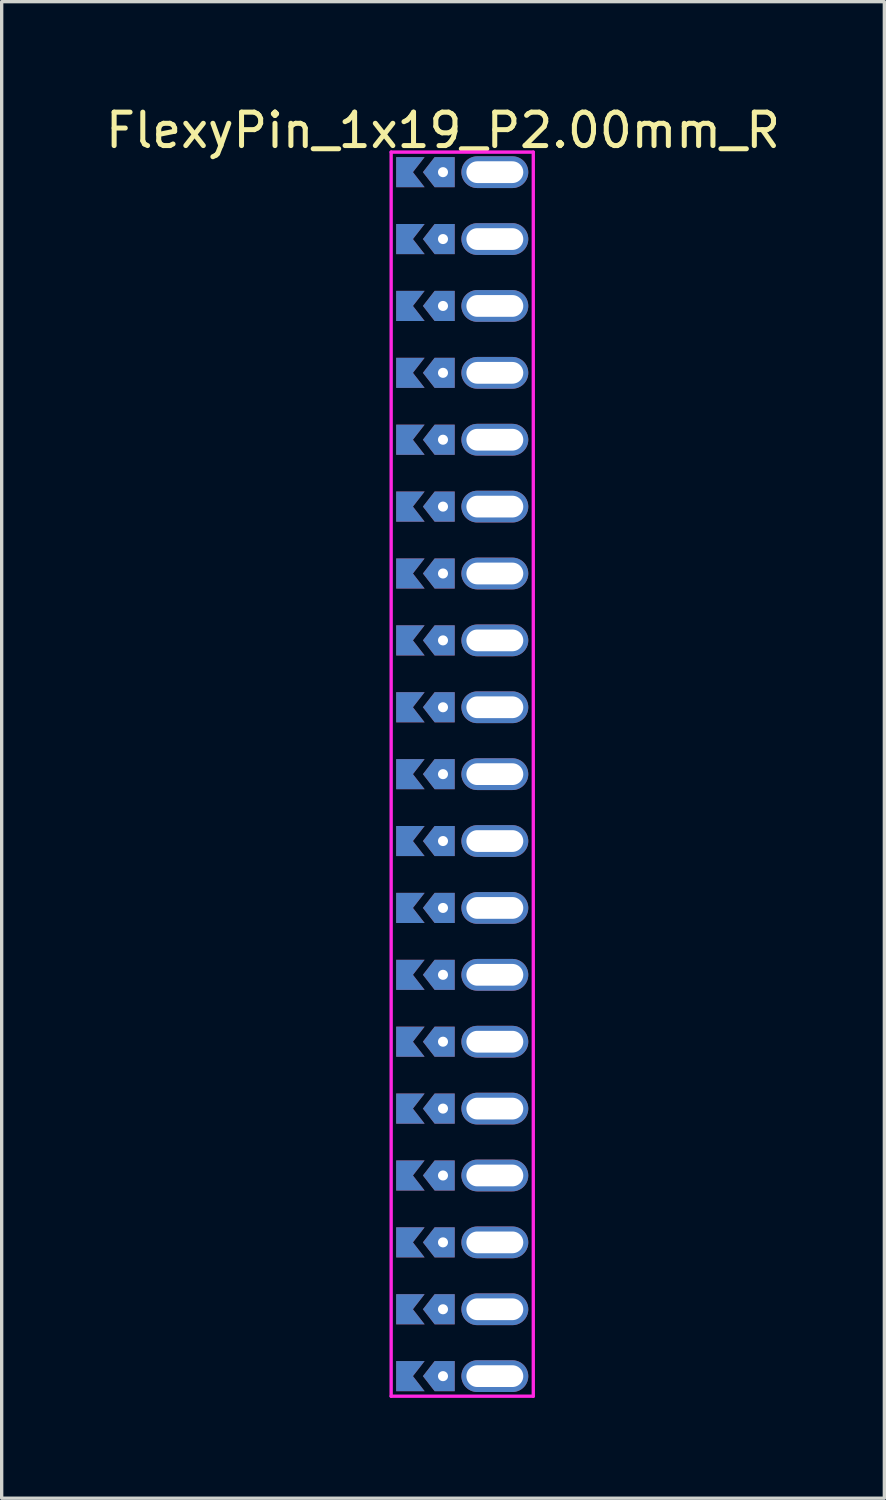
<source format=kicad_pcb>
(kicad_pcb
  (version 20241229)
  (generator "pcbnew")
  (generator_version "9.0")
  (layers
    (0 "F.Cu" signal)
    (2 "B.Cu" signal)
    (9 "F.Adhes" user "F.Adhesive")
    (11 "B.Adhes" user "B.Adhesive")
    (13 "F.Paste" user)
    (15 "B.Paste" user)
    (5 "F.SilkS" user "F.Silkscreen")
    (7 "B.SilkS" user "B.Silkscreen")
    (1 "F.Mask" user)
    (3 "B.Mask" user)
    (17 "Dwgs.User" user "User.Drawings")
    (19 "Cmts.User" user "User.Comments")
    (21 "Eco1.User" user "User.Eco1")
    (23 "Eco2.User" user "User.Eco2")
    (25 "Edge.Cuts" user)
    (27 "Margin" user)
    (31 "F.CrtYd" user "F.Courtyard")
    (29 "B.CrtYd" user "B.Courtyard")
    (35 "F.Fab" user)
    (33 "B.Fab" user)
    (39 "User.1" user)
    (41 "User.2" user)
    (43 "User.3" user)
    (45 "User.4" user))
  (footprint "FlexyPin_1x19_P2.00mm_R"
    (layer "F.Cu")
    (at 10.196 2.098)
    (property "Reference" "FlexyPin_1x19_P2.00mm_R" (at 0 -1.25 0) (layer "F.SilkS") (effects (font (size 1 1) (thickness 0.15))))
    (attr through_hole)
    (fp_line (start -1.55 -0.6) (end 2.7 -0.6) (stroke (width 0.1) (type solid)) (layer "F.CrtYd"))
    (fp_line (start -1.55 36.6) (end -1.55 -0.6) (stroke (width 0.1) (type solid)) (layer "F.CrtYd"))
    (fp_line (start 2.7 -0.6) (end 2.7 36.6) (stroke (width 0.1) (type solid)) (layer "F.CrtYd"))
    (fp_line (start 2.7 36.6) (end -1.55 36.6) (stroke (width 0.1) (type solid)) (layer "F.CrtYd"))
    (pad "" thru_hole custom (at 0 0) (size 0.3 0.3) (drill 0.6) (layers "*.Cu" "*.Mask") (options (anchor rect)) (primitives (gr_poly (pts (xy 0.35 0.45) (xy 0.35 -0.45) (xy -0.25 -0.45) (xy -0.6 0) (xy -0.25 0.45)) (width 0) (fill yes))))
    (pad "" thru_hole custom (at 0 2) (size 0.3 0.3) (drill 0.6) (layers "*.Cu" "*.Mask") (options (anchor rect)) (primitives (gr_poly (pts (xy 0.35 0.45) (xy 0.35 -0.45) (xy -0.25 -0.45) (xy -0.6 0) (xy -0.25 0.45)) (width 0) (fill yes))))
    (pad "" thru_hole custom (at 0 4) (size 0.3 0.3) (drill 0.6) (layers "*.Cu" "*.Mask") (options (anchor rect)) (primitives (gr_poly (pts (xy 0.35 0.45) (xy 0.35 -0.45) (xy -0.25 -0.45) (xy -0.6 0) (xy -0.25 0.45)) (width 0) (fill yes))))
    (pad "" thru_hole custom (at 0 6) (size 0.3 0.3) (drill 0.6) (layers "*.Cu" "*.Mask") (options (anchor rect)) (primitives (gr_poly (pts (xy 0.35 0.45) (xy 0.35 -0.45) (xy -0.25 -0.45) (xy -0.6 0) (xy -0.25 0.45)) (width 0) (fill yes))))
    (pad "" thru_hole custom (at 0 8) (size 0.3 0.3) (drill 0.6) (layers "*.Cu" "*.Mask") (options (anchor rect)) (primitives (gr_poly (pts (xy 0.35 0.45) (xy 0.35 -0.45) (xy -0.25 -0.45) (xy -0.6 0) (xy -0.25 0.45)) (width 0) (fill yes))))
    (pad "" thru_hole custom (at 0 10) (size 0.3 0.3) (drill 0.6) (layers "*.Cu" "*.Mask") (options (anchor rect)) (primitives (gr_poly (pts (xy 0.35 0.45) (xy 0.35 -0.45) (xy -0.25 -0.45) (xy -0.6 0) (xy -0.25 0.45)) (width 0) (fill yes))))
    (pad "" thru_hole custom (at 0 12) (size 0.3 0.3) (drill 0.6) (layers "*.Cu" "*.Mask") (options (anchor rect)) (primitives (gr_poly (pts (xy 0.35 0.45) (xy 0.35 -0.45) (xy -0.25 -0.45) (xy -0.6 0) (xy -0.25 0.45)) (width 0) (fill yes))))
    (pad "" thru_hole custom (at 0 14) (size 0.3 0.3) (drill 0.6) (layers "*.Cu" "*.Mask") (options (anchor rect)) (primitives (gr_poly (pts (xy 0.35 0.45) (xy 0.35 -0.45) (xy -0.25 -0.45) (xy -0.6 0) (xy -0.25 0.45)) (width 0) (fill yes))))
    (pad "" thru_hole custom (at 0 16) (size 0.3 0.3) (drill 0.6) (layers "*.Cu" "*.Mask") (options (anchor rect)) (primitives (gr_poly (pts (xy 0.35 0.45) (xy 0.35 -0.45) (xy -0.25 -0.45) (xy -0.6 0) (xy -0.25 0.45)) (width 0) (fill yes))))
    (pad "" thru_hole custom (at 0 18) (size 0.3 0.3) (drill 0.6) (layers "*.Cu" "*.Mask") (options (anchor rect)) (primitives (gr_poly (pts (xy 0.35 0.45) (xy 0.35 -0.45) (xy -0.25 -0.45) (xy -0.6 0) (xy -0.25 0.45)) (width 0) (fill yes))))
    (pad "" thru_hole custom (at 0 20) (size 0.3 0.3) (drill 0.6) (layers "*.Cu" "*.Mask") (options (anchor rect)) (primitives (gr_poly (pts (xy 0.35 0.45) (xy 0.35 -0.45) (xy -0.25 -0.45) (xy -0.6 0) (xy -0.25 0.45)) (width 0) (fill yes))))
    (pad "" thru_hole custom (at 0 22) (size 0.3 0.3) (drill 0.6) (layers "*.Cu" "*.Mask") (options (anchor rect)) (primitives (gr_poly (pts (xy 0.35 0.45) (xy 0.35 -0.45) (xy -0.25 -0.45) (xy -0.6 0) (xy -0.25 0.45)) (width 0) (fill yes))))
    (pad "" thru_hole custom (at 0 24) (size 0.3 0.3) (drill 0.6) (layers "*.Cu" "*.Mask") (options (anchor rect)) (primitives (gr_poly (pts (xy 0.35 0.45) (xy 0.35 -0.45) (xy -0.25 -0.45) (xy -0.6 0) (xy -0.25 0.45)) (width 0) (fill yes))))
    (pad "" thru_hole custom (at 0 26) (size 0.3 0.3) (drill 0.6) (layers "*.Cu" "*.Mask") (options (anchor rect)) (primitives (gr_poly (pts (xy 0.35 0.45) (xy 0.35 -0.45) (xy -0.25 -0.45) (xy -0.6 0) (xy -0.25 0.45)) (width 0) (fill yes))))
    (pad "" thru_hole custom (at 0 28) (size 0.3 0.3) (drill 0.6) (layers "*.Cu" "*.Mask") (options (anchor rect)) (primitives (gr_poly (pts (xy 0.35 0.45) (xy 0.35 -0.45) (xy -0.25 -0.45) (xy -0.6 0) (xy -0.25 0.45)) (width 0) (fill yes))))
    (pad "" thru_hole custom (at 0 30) (size 0.3 0.3) (drill 0.6) (layers "*.Cu" "*.Mask") (options (anchor rect)) (primitives (gr_poly (pts (xy 0.35 0.45) (xy 0.35 -0.45) (xy -0.25 -0.45) (xy -0.6 0) (xy -0.25 0.45)) (width 0) (fill yes))))
    (pad "" thru_hole custom (at 0 32) (size 0.3 0.3) (drill 0.6) (layers "*.Cu" "*.Mask") (options (anchor rect)) (primitives (gr_poly (pts (xy 0.35 0.45) (xy 0.35 -0.45) (xy -0.25 -0.45) (xy -0.6 0) (xy -0.25 0.45)) (width 0) (fill yes))))
    (pad "" thru_hole custom (at 0 34) (size 0.3 0.3) (drill 0.6) (layers "*.Cu" "*.Mask") (options (anchor rect)) (primitives (gr_poly (pts (xy 0.35 0.45) (xy 0.35 -0.45) (xy -0.25 -0.45) (xy -0.6 0) (xy -0.25 0.45)) (width 0) (fill yes))))
    (pad "" thru_hole custom (at 0 36) (size 0.3 0.3) (drill 0.6) (layers "*.Cu" "*.Mask") (options (anchor rect)) (primitives (gr_poly (pts (xy 0.35 0.45) (xy 0.35 -0.45) (xy -0.25 -0.45) (xy -0.6 0) (xy -0.25 0.45)) (width 0) (fill yes))))
    (pad "" thru_hole oval (at 1.55 0) (size 2 0.95) (drill oval 1.7 0.65) (layers "*.Cu" "*.Mask"))
    (pad "" thru_hole oval (at 1.55 2) (size 2 0.95) (drill oval 1.7 0.65) (layers "*.Cu" "*.Mask"))
    (pad "" thru_hole oval (at 1.55 4) (size 2 0.95) (drill oval 1.7 0.65) (layers "*.Cu" "*.Mask"))
    (pad "" thru_hole oval (at 1.55 6) (size 2 0.95) (drill oval 1.7 0.65) (layers "*.Cu" "*.Mask"))
    (pad "" thru_hole oval (at 1.55 8) (size 2 0.95) (drill oval 1.7 0.65) (layers "*.Cu" "*.Mask"))
    (pad "" thru_hole oval (at 1.55 10) (size 2 0.95) (drill oval 1.7 0.65) (layers "*.Cu" "*.Mask"))
    (pad "" thru_hole oval (at 1.55 12) (size 2 0.95) (drill oval 1.7 0.65) (layers "*.Cu" "*.Mask"))
    (pad "" thru_hole oval (at 1.55 14) (size 2 0.95) (drill oval 1.7 0.65) (layers "*.Cu" "*.Mask"))
    (pad "" thru_hole oval (at 1.55 16) (size 2 0.95) (drill oval 1.7 0.65) (layers "*.Cu" "*.Mask"))
    (pad "" thru_hole oval (at 1.55 18) (size 2 0.95) (drill oval 1.7 0.65) (layers "*.Cu" "*.Mask"))
    (pad "" thru_hole oval (at 1.55 20) (size 2 0.95) (drill oval 1.7 0.65) (layers "*.Cu" "*.Mask"))
    (pad "" thru_hole oval (at 1.55 22) (size 2 0.95) (drill oval 1.7 0.65) (layers "*.Cu" "*.Mask"))
    (pad "" thru_hole oval (at 1.55 24) (size 2 0.95) (drill oval 1.7 0.65) (layers "*.Cu" "*.Mask"))
    (pad "" thru_hole oval (at 1.55 26) (size 2 0.95) (drill oval 1.7 0.65) (layers "*.Cu" "*.Mask"))
    (pad "" thru_hole oval (at 1.55 28) (size 2 0.95) (drill oval 1.7 0.65) (layers "*.Cu" "*.Mask"))
    (pad "" thru_hole oval (at 1.55 30) (size 2 0.95) (drill oval 1.7 0.65) (layers "*.Cu" "*.Mask"))
    (pad "" thru_hole oval (at 1.55 32) (size 2 0.95) (drill oval 1.7 0.65) (layers "*.Cu" "*.Mask"))
    (pad "" thru_hole oval (at 1.55 34) (size 2 0.95) (drill oval 1.7 0.65) (layers "*.Cu" "*.Mask"))
    (pad "" thru_hole oval (at 1.55 36) (size 2 0.95) (drill oval 1.7 0.65) (layers "*.Cu" "*.Mask"))
    (pad "1" smd custom (at -0.9 0) (size 0.01 0.01) (layers "F.Cu" "F.Mask") (options (anchor rect)) (primitives (gr_poly (pts (xy 0 0) (xy 0.35 0.45) (xy -0.5 0.45) (xy -0.5 -0.45) (xy 0.35 -0.45)) (width 0) (fill yes))))
    (pad "2" smd custom (at -0.9 2) (size 0.01 0.01) (layers "F.Cu" "F.Mask") (options (anchor rect)) (primitives (gr_poly (pts (xy 0 0) (xy 0.35 0.45) (xy -0.5 0.45) (xy -0.5 -0.45) (xy 0.35 -0.45)) (width 0) (fill yes))))
    (pad "3" smd custom (at -0.9 4) (size 0.01 0.01) (layers "F.Cu" "F.Mask") (options (anchor rect)) (primitives (gr_poly (pts (xy 0 0) (xy 0.35 0.45) (xy -0.5 0.45) (xy -0.5 -0.45) (xy 0.35 -0.45)) (width 0) (fill yes))))
    (pad "4" smd custom (at -0.9 6) (size 0.01 0.01) (layers "F.Cu" "F.Mask") (options (anchor rect)) (primitives (gr_poly (pts (xy 0 0) (xy 0.35 0.45) (xy -0.5 0.45) (xy -0.5 -0.45) (xy 0.35 -0.45)) (width 0) (fill yes))))
    (pad "5" smd custom (at -0.9 8) (size 0.01 0.01) (layers "F.Cu" "F.Mask") (options (anchor rect)) (primitives (gr_poly (pts (xy 0 0) (xy 0.35 0.45) (xy -0.5 0.45) (xy -0.5 -0.45) (xy 0.35 -0.45)) (width 0) (fill yes))))
    (pad "6" smd custom (at -0.9 10) (size 0.01 0.01) (layers "F.Cu" "F.Mask") (options (anchor rect)) (primitives (gr_poly (pts (xy 0 0) (xy 0.35 0.45) (xy -0.5 0.45) (xy -0.5 -0.45) (xy 0.35 -0.45)) (width 0) (fill yes))))
    (pad "7" smd custom (at -0.9 12) (size 0.01 0.01) (layers "F.Cu" "F.Mask") (options (anchor rect)) (primitives (gr_poly (pts (xy 0 0) (xy 0.35 0.45) (xy -0.5 0.45) (xy -0.5 -0.45) (xy 0.35 -0.45)) (width 0) (fill yes))))
    (pad "8" smd custom (at -0.9 14) (size 0.01 0.01) (layers "F.Cu" "F.Mask") (options (anchor rect)) (primitives (gr_poly (pts (xy 0 0) (xy 0.35 0.45) (xy -0.5 0.45) (xy -0.5 -0.45) (xy 0.35 -0.45)) (width 0) (fill yes))))
    (pad "9" smd custom (at -0.9 16) (size 0.01 0.01) (layers "F.Cu" "F.Mask") (options (anchor rect)) (primitives (gr_poly (pts (xy 0 0) (xy 0.35 0.45) (xy -0.5 0.45) (xy -0.5 -0.45) (xy 0.35 -0.45)) (width 0) (fill yes))))
    (pad "10" smd custom (at -0.9 18) (size 0.01 0.01) (layers "F.Cu" "F.Mask") (options (anchor rect)) (primitives (gr_poly (pts (xy 0 0) (xy 0.35 0.45) (xy -0.5 0.45) (xy -0.5 -0.45) (xy 0.35 -0.45)) (width 0) (fill yes))))
    (pad "11" smd custom (at -0.9 20) (size 0.01 0.01) (layers "F.Cu" "F.Mask") (options (anchor rect)) (primitives (gr_poly (pts (xy 0 0) (xy 0.35 0.45) (xy -0.5 0.45) (xy -0.5 -0.45) (xy 0.35 -0.45)) (width 0) (fill yes))))
    (pad "12" smd custom (at -0.9 22) (size 0.01 0.01) (layers "F.Cu" "F.Mask") (options (anchor rect)) (primitives (gr_poly (pts (xy 0 0) (xy 0.35 0.45) (xy -0.5 0.45) (xy -0.5 -0.45) (xy 0.35 -0.45)) (width 0) (fill yes))))
    (pad "13" smd custom (at -0.9 24) (size 0.01 0.01) (layers "F.Cu" "F.Mask") (options (anchor rect)) (primitives (gr_poly (pts (xy 0 0) (xy 0.35 0.45) (xy -0.5 0.45) (xy -0.5 -0.45) (xy 0.35 -0.45)) (width 0) (fill yes))))
    (pad "14" smd custom (at -0.9 26) (size 0.01 0.01) (layers "F.Cu" "F.Mask") (options (anchor rect)) (primitives (gr_poly (pts (xy 0 0) (xy 0.35 0.45) (xy -0.5 0.45) (xy -0.5 -0.45) (xy 0.35 -0.45)) (width 0) (fill yes))))
    (pad "15" smd custom (at -0.9 28) (size 0.01 0.01) (layers "F.Cu" "F.Mask") (options (anchor rect)) (primitives (gr_poly (pts (xy 0 0) (xy 0.35 0.45) (xy -0.5 0.45) (xy -0.5 -0.45) (xy 0.35 -0.45)) (width 0) (fill yes))))
    (pad "16" smd custom (at -0.9 30) (size 0.01 0.01) (layers "F.Cu" "F.Mask") (options (anchor rect)) (primitives (gr_poly (pts (xy 0 0) (xy 0.35 0.45) (xy -0.5 0.45) (xy -0.5 -0.45) (xy 0.35 -0.45)) (width 0) (fill yes))))
    (pad "17" smd custom (at -0.9 32) (size 0.01 0.01) (layers "F.Cu" "F.Mask") (options (anchor rect)) (primitives (gr_poly (pts (xy 0 0) (xy 0.35 0.45) (xy -0.5 0.45) (xy -0.5 -0.45) (xy 0.35 -0.45)) (width 0) (fill yes))))
    (pad "18" smd custom (at -0.9 34) (size 0.01 0.01) (layers "F.Cu" "F.Mask") (options (anchor rect)) (primitives (gr_poly (pts (xy 0 0) (xy 0.35 0.45) (xy -0.5 0.45) (xy -0.5 -0.45) (xy 0.35 -0.45)) (width 0) (fill yes))))
    (pad "19" smd custom (at -0.9 36) (size 0.01 0.01) (layers "F.Cu" "F.Mask") (options (anchor rect)) (primitives (gr_poly (pts (xy 0 0) (xy 0.35 0.45) (xy -0.5 0.45) (xy -0.5 -0.45) (xy 0.35 -0.45)) (width 0) (fill yes))))
    (pad "20" smd custom (at -0.9 0) (size 0.01 0.01) (layers "B.Cu" "B.Mask") (options (anchor rect)) (primitives (gr_poly (pts (xy 0 0) (xy 0.35 0.45) (xy -0.5 0.45) (xy -0.5 -0.45) (xy 0.35 -0.45)) (width 0) (fill yes))))
    (pad "21" smd custom (at -0.9 2) (size 0.01 0.01) (layers "B.Cu" "B.Mask") (options (anchor rect)) (primitives (gr_poly (pts (xy 0 0) (xy 0.35 0.45) (xy -0.5 0.45) (xy -0.5 -0.45) (xy 0.35 -0.45)) (width 0) (fill yes))))
    (pad "22" smd custom (at -0.9 4) (size 0.01 0.01) (layers "B.Cu" "B.Mask") (options (anchor rect)) (primitives (gr_poly (pts (xy 0 0) (xy 0.35 0.45) (xy -0.5 0.45) (xy -0.5 -0.45) (xy 0.35 -0.45)) (width 0) (fill yes))))
    (pad "23" smd custom (at -0.9 6) (size 0.01 0.01) (layers "B.Cu" "B.Mask") (options (anchor rect)) (primitives (gr_poly (pts (xy 0 0) (xy 0.35 0.45) (xy -0.5 0.45) (xy -0.5 -0.45) (xy 0.35 -0.45)) (width 0) (fill yes))))
    (pad "24" smd custom (at -0.9 8) (size 0.01 0.01) (layers "B.Cu" "B.Mask") (options (anchor rect)) (primitives (gr_poly (pts (xy 0 0) (xy 0.35 0.45) (xy -0.5 0.45) (xy -0.5 -0.45) (xy 0.35 -0.45)) (width 0) (fill yes))))
    (pad "25" smd custom (at -0.9 10) (size 0.01 0.01) (layers "B.Cu" "B.Mask") (options (anchor rect)) (primitives (gr_poly (pts (xy 0 0) (xy 0.35 0.45) (xy -0.5 0.45) (xy -0.5 -0.45) (xy 0.35 -0.45)) (width 0) (fill yes))))
    (pad "26" smd custom (at -0.9 12) (size 0.01 0.01) (layers "B.Cu" "B.Mask") (options (anchor rect)) (primitives (gr_poly (pts (xy 0 0) (xy 0.35 0.45) (xy -0.5 0.45) (xy -0.5 -0.45) (xy 0.35 -0.45)) (width 0) (fill yes))))
    (pad "27" smd custom (at -0.9 14) (size 0.01 0.01) (layers "B.Cu" "B.Mask") (options (anchor rect)) (primitives (gr_poly (pts (xy 0 0) (xy 0.35 0.45) (xy -0.5 0.45) (xy -0.5 -0.45) (xy 0.35 -0.45)) (width 0) (fill yes))))
    (pad "28" smd custom (at -0.9 16) (size 0.01 0.01) (layers "B.Cu" "B.Mask") (options (anchor rect)) (primitives (gr_poly (pts (xy 0 0) (xy 0.35 0.45) (xy -0.5 0.45) (xy -0.5 -0.45) (xy 0.35 -0.45)) (width 0) (fill yes))))
    (pad "29" smd custom (at -0.9 18) (size 0.01 0.01) (layers "B.Cu" "B.Mask") (options (anchor rect)) (primitives (gr_poly (pts (xy 0 0) (xy 0.35 0.45) (xy -0.5 0.45) (xy -0.5 -0.45) (xy 0.35 -0.45)) (width 0) (fill yes))))
    (pad "30" smd custom (at -0.9 20) (size 0.01 0.01) (layers "B.Cu" "B.Mask") (options (anchor rect)) (primitives (gr_poly (pts (xy 0 0) (xy 0.35 0.45) (xy -0.5 0.45) (xy -0.5 -0.45) (xy 0.35 -0.45)) (width 0) (fill yes))))
    (pad "31" smd custom (at -0.9 22) (size 0.01 0.01) (layers "B.Cu" "B.Mask") (options (anchor rect)) (primitives (gr_poly (pts (xy 0 0) (xy 0.35 0.45) (xy -0.5 0.45) (xy -0.5 -0.45) (xy 0.35 -0.45)) (width 0) (fill yes))))
    (pad "32" smd custom (at -0.9 24) (size 0.01 0.01) (layers "B.Cu" "B.Mask") (options (anchor rect)) (primitives (gr_poly (pts (xy 0 0) (xy 0.35 0.45) (xy -0.5 0.45) (xy -0.5 -0.45) (xy 0.35 -0.45)) (width 0) (fill yes))))
    (pad "33" smd custom (at -0.9 26) (size 0.01 0.01) (layers "B.Cu" "B.Mask") (options (anchor rect)) (primitives (gr_poly (pts (xy 0 0) (xy 0.35 0.45) (xy -0.5 0.45) (xy -0.5 -0.45) (xy 0.35 -0.45)) (width 0) (fill yes))))
    (pad "34" smd custom (at -0.9 28) (size 0.01 0.01) (layers "B.Cu" "B.Mask") (options (anchor rect)) (primitives (gr_poly (pts (xy 0 0) (xy 0.35 0.45) (xy -0.5 0.45) (xy -0.5 -0.45) (xy 0.35 -0.45)) (width 0) (fill yes))))
    (pad "35" smd custom (at -0.9 30) (size 0.01 0.01) (layers "B.Cu" "B.Mask") (options (anchor rect)) (primitives (gr_poly (pts (xy 0 0) (xy 0.35 0.45) (xy -0.5 0.45) (xy -0.5 -0.45) (xy 0.35 -0.45)) (width 0) (fill yes))))
    (pad "36" smd custom (at -0.9 32) (size 0.01 0.01) (layers "B.Cu" "B.Mask") (options (anchor rect)) (primitives (gr_poly (pts (xy 0 0) (xy 0.35 0.45) (xy -0.5 0.45) (xy -0.5 -0.45) (xy 0.35 -0.45)) (width 0) (fill yes))))
    (pad "37" smd custom (at -0.9 34) (size 0.01 0.01) (layers "B.Cu" "B.Mask") (options (anchor rect)) (primitives (gr_poly (pts (xy 0 0) (xy 0.35 0.45) (xy -0.5 0.45) (xy -0.5 -0.45) (xy 0.35 -0.45)) (width 0) (fill yes))))
    (pad "38" smd custom (at -0.9 36) (size 0.01 0.01) (layers "B.Cu" "B.Mask") (options (anchor rect)) (primitives (gr_poly (pts (xy 0 0) (xy 0.35 0.45) (xy -0.5 0.45) (xy -0.5 -0.45) (xy 0.35 -0.45)) (width 0) (fill yes)))))
  (gr_rect
    (start -3 -3)
    (end 23.393 41.748)
    (stroke (width 0.1) (type default))
    (fill no)
    (layer "Edge.Cuts")))
</source>
